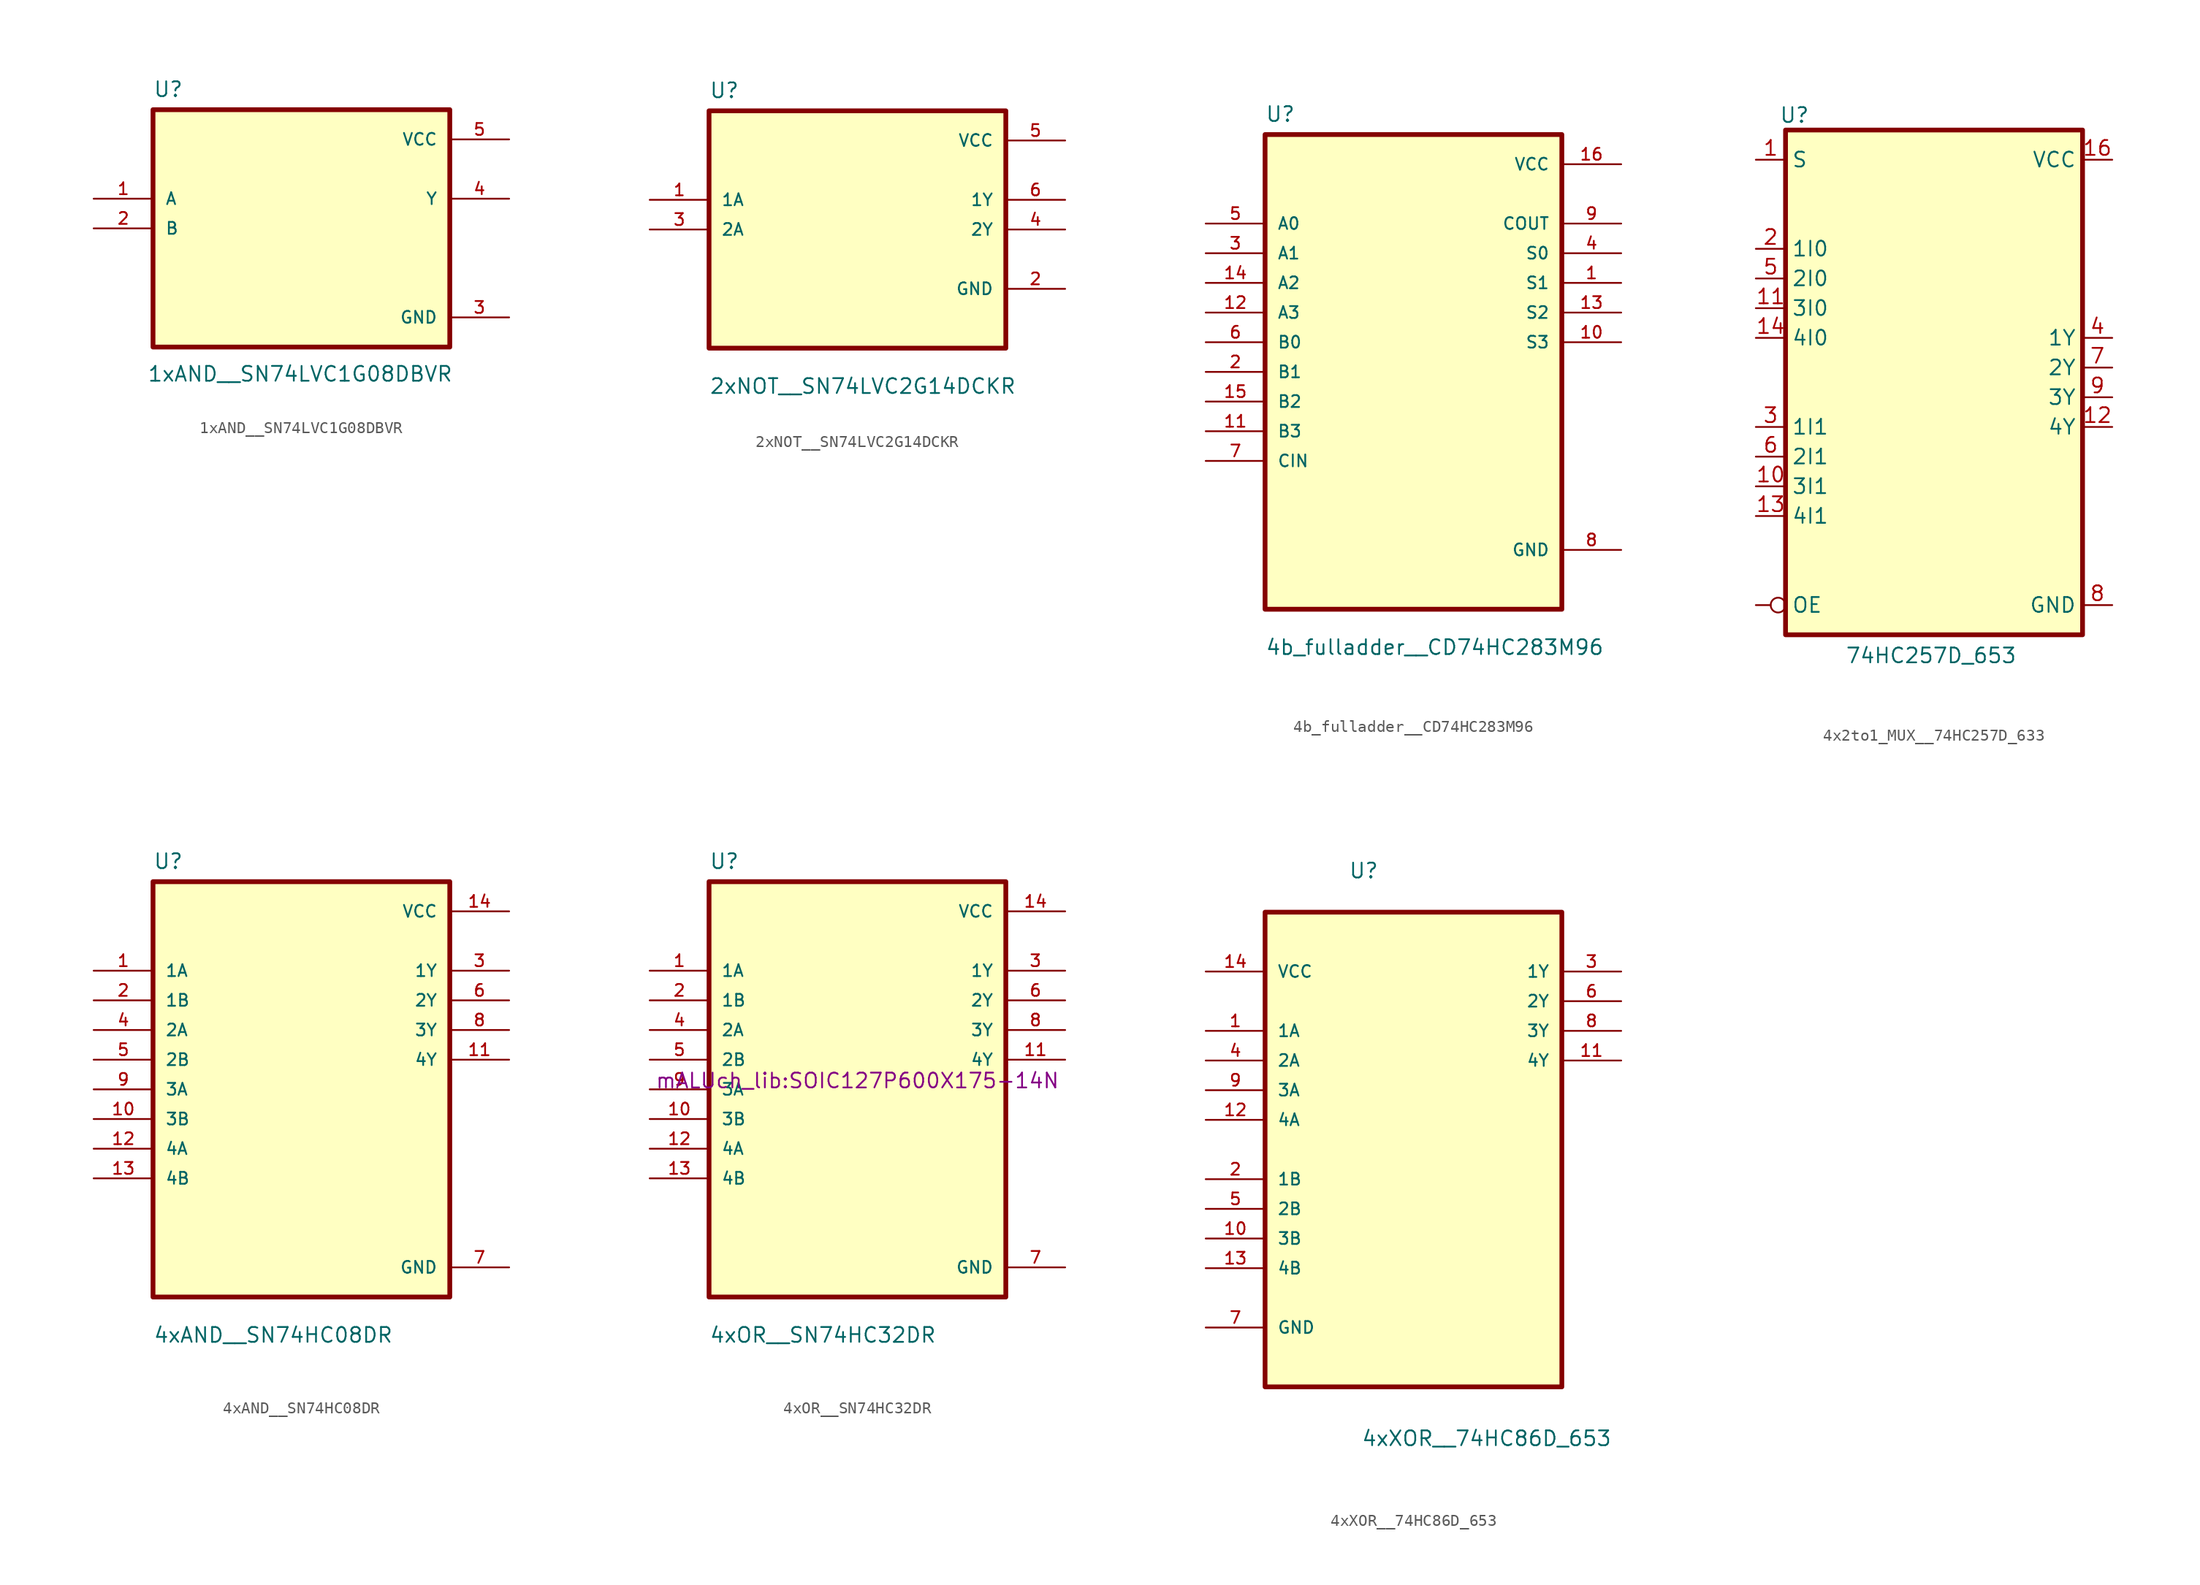
<source format=kicad_sym>
(kicad_symbol_lib
  (version 20241209)
  (generator "kicad_symbol_editor")
  (generator_version "9.0")
  (symbol "1xAND__SN74LVC1G08DBVR"
    (pin_names
      (offset 1.016))
    (property "Reference" "U"
      (at -12.7 11.16 0)
      (effects (font (size 1.27 1.27)) (justify left bottom)))
    (property "Value" "1xAND__SN74LVC1G08DBVR"
      (at -13.208 -13.208 0)
      (effects (font (size 1.27 1.27)) (justify left bottom)))
    (symbol "1xAND__SN74LVC1G08DBVR_0_0"
      (rectangle (start -12.7 -10.16) (end 12.7 10.16) (stroke (width 0.41) (type default)) (fill (type background)))
      (pin input line (at -17.78 2.54 0) (length 5.08) (name "A" (effects (font (size 1.016 1.016)))) (number "1" (effects (font (size 1.016 1.016)))))
      (pin input line (at -17.78 0 0) (length 5.08) (name "B" (effects (font (size 1.016 1.016)))) (number "2" (effects (font (size 1.016 1.016)))))
      (pin power_in line (at 17.78 7.62 180) (length 5.08) (name "VCC" (effects (font (size 1.016 1.016)))) (number "5" (effects (font (size 1.016 1.016)))))
      (pin output line (at 17.78 2.54 180) (length 5.08) (name "Y" (effects (font (size 1.016 1.016)))) (number "4" (effects (font (size 1.016 1.016)))))
      (pin power_in line (at 17.78 -7.62 180) (length 5.08) (name "GND" (effects (font (size 1.016 1.016)))) (number "3" (effects (font (size 1.016 1.016)))))))
  (symbol "2xNOT__SN74LVC2G14DCKR"
    (pin_names
      (offset 1.016))
    (property "Reference" "U"
      (at -12.7 11.16 0)
      (effects (font (size 1.27 1.27)) (justify left bottom)))
    (property "Value" "2xNOT__SN74LVC2G14DCKR"
      (at -12.7 -14.16 0)
      (effects (font (size 1.27 1.27)) (justify left bottom)))
    (symbol "2xNOT__SN74LVC2G14DCKR_0_0"
      (rectangle (start -12.7 -10.16) (end 12.7 10.16) (stroke (width 0.41) (type default)) (fill (type background)))
      (pin input line (at -17.78 2.54 0) (length 5.08) (name "1A" (effects (font (size 1.016 1.016)))) (number "1" (effects (font (size 1.016 1.016)))))
      (pin input line (at -17.78 0 0) (length 5.08) (name "2A" (effects (font (size 1.016 1.016)))) (number "3" (effects (font (size 1.016 1.016)))))
      (pin power_in line (at 17.78 7.62 180) (length 5.08) (name "VCC" (effects (font (size 1.016 1.016)))) (number "5" (effects (font (size 1.016 1.016)))))
      (pin output line (at 17.78 2.54 180) (length 5.08) (name "1Y" (effects (font (size 1.016 1.016)))) (number "6" (effects (font (size 1.016 1.016)))))
      (pin output line (at 17.78 0 180) (length 5.08) (name "2Y" (effects (font (size 1.016 1.016)))) (number "4" (effects (font (size 1.016 1.016)))))
      (pin power_in line (at 17.78 -5.08 180) (length 5.08) (name "GND" (effects (font (size 1.016 1.016)))) (number "2" (effects (font (size 1.016 1.016)))))))
  (symbol "4b_fulladder__CD74HC283M96"
    (pin_names
      (offset 1.016))
    (property "Reference" "U"
      (at -12.7 21.32 0)
      (effects (font (size 1.27 1.27)) (justify left bottom)))
    (property "Value" "4b_fulladder__CD74HC283M96"
      (at -12.7 -24.32 0)
      (effects (font (size 1.27 1.27)) (justify left bottom)))
    (symbol "4b_fulladder__CD74HC283M96_0_0"
      (rectangle (start -12.7 -20.32) (end 12.7 20.32) (stroke (width 0.41) (type default)) (fill (type background)))
      (pin input line (at -17.78 12.7 0) (length 5.08) (name "A0" (effects (font (size 1.016 1.016)))) (number "5" (effects (font (size 1.016 1.016)))))
      (pin input line (at -17.78 10.16 0) (length 5.08) (name "A1" (effects (font (size 1.016 1.016)))) (number "3" (effects (font (size 1.016 1.016)))))
      (pin input line (at -17.78 7.62 0) (length 5.08) (name "A2" (effects (font (size 1.016 1.016)))) (number "14" (effects (font (size 1.016 1.016)))))
      (pin input line (at -17.78 5.08 0) (length 5.08) (name "A3" (effects (font (size 1.016 1.016)))) (number "12" (effects (font (size 1.016 1.016)))))
      (pin input line (at -17.78 2.54 0) (length 5.08) (name "B0" (effects (font (size 1.016 1.016)))) (number "6" (effects (font (size 1.016 1.016)))))
      (pin input line (at -17.78 0 0) (length 5.08) (name "B1" (effects (font (size 1.016 1.016)))) (number "2" (effects (font (size 1.016 1.016)))))
      (pin input line (at -17.78 -2.54 0) (length 5.08) (name "B2" (effects (font (size 1.016 1.016)))) (number "15" (effects (font (size 1.016 1.016)))))
      (pin input line (at -17.78 -5.08 0) (length 5.08) (name "B3" (effects (font (size 1.016 1.016)))) (number "11" (effects (font (size 1.016 1.016)))))
      (pin input line (at -17.78 -7.62 0) (length 5.08) (name "CIN" (effects (font (size 1.016 1.016)))) (number "7" (effects (font (size 1.016 1.016)))))
      (pin power_in line (at 17.78 17.78 180) (length 5.08) (name "VCC" (effects (font (size 1.016 1.016)))) (number "16" (effects (font (size 1.016 1.016)))))
      (pin output line (at 17.78 12.7 180) (length 5.08) (name "COUT" (effects (font (size 1.016 1.016)))) (number "9" (effects (font (size 1.016 1.016)))))
      (pin output line (at 17.78 10.16 180) (length 5.08) (name "S0" (effects (font (size 1.016 1.016)))) (number "4" (effects (font (size 1.016 1.016)))))
      (pin output line (at 17.78 7.62 180) (length 5.08) (name "S1" (effects (font (size 1.016 1.016)))) (number "1" (effects (font (size 1.016 1.016)))))
      (pin output line (at 17.78 5.08 180) (length 5.08) (name "S2" (effects (font (size 1.016 1.016)))) (number "13" (effects (font (size 1.016 1.016)))))
      (pin output line (at 17.78 2.54 180) (length 5.08) (name "S3" (effects (font (size 1.016 1.016)))) (number "10" (effects (font (size 1.016 1.016)))))
      (pin power_in line (at 17.78 -15.24 180) (length 5.08) (name "GND" (effects (font (size 1.016 1.016)))) (number "8" (effects (font (size 1.016 1.016)))))))
  (symbol "4x2to1_MUX__74HC257D_633"
    (property "Reference" "U"
      (at -11.938 22.86 0)
      (effects (font (size 1.27 1.27))))
    (property "Value" "74HC257D_653"
      (at -0.254 -23.368 0)
      (effects (font (size 1.27 1.27))))
    (symbol "4x2to1_MUX__74HC257D_633_1_1"
      (rectangle (start -12.7 21.59) (end 12.7 -21.59) (stroke (width 0.406) (type solid)) (fill (type background)))
      (pin input line (at -15.24 19.05 0) (length 2.54) (name "S" (effects (font (size 1.27 1.27)))) (number "1" (effects (font (size 1.27 1.27)))))
      (pin input line (at -15.24 11.43 0) (length 2.54) (name "1I0" (effects (font (size 1.27 1.27)))) (number "2" (effects (font (size 1.27 1.27)))))
      (pin input line (at -15.24 8.89 0) (length 2.54) (name "2I0" (effects (font (size 1.27 1.27)))) (number "5" (effects (font (size 1.27 1.27)))))
      (pin input line (at -15.24 6.35 0) (length 2.54) (name "3I0" (effects (font (size 1.27 1.27)))) (number "11" (effects (font (size 1.27 1.27)))))
      (pin input line (at -15.24 3.81 0) (length 2.54) (name "4I0" (effects (font (size 1.27 1.27)))) (number "14" (effects (font (size 1.27 1.27)))))
      (pin input line (at -15.24 -3.81 0) (length 2.54) (name "1I1" (effects (font (size 1.27 1.27)))) (number "3" (effects (font (size 1.27 1.27)))))
      (pin input line (at -15.24 -6.35 0) (length 2.54) (name "2I1" (effects (font (size 1.27 1.27)))) (number "6" (effects (font (size 1.27 1.27)))))
      (pin input line (at -15.24 -8.89 0) (length 2.54) (name "3I1" (effects (font (size 1.27 1.27)))) (number "10" (effects (font (size 1.27 1.27)))))
      (pin input line (at -15.24 -11.43 0) (length 2.54) (name "4I1" (effects (font (size 1.27 1.27)))) (number "13" (effects (font (size 1.27 1.27)))))
      (pin input inverted (at -15.24 -19.05 0) (length 2.54) (name "OE" (effects (font (size 1.27 1.27)))) (number "" (effects (font (size 1.27 1.27)))))
      (pin power_in line (at 15.24 19.05 180) (length 2.54) (name "VCC" (effects (font (size 1.27 1.27)))) (number "16" (effects (font (size 1.27 1.27)))))
      (pin tri_state line (at 15.24 3.81 180) (length 2.54) (name "1Y" (effects (font (size 1.27 1.27)))) (number "4" (effects (font (size 1.27 1.27)))))
      (pin tri_state line (at 15.24 1.27 180) (length 2.54) (name "2Y" (effects (font (size 1.27 1.27)))) (number "7" (effects (font (size 1.27 1.27)))))
      (pin tri_state line (at 15.24 -1.27 180) (length 2.54) (name "3Y" (effects (font (size 1.27 1.27)))) (number "9" (effects (font (size 1.27 1.27)))))
      (pin tri_state line (at 15.24 -3.81 180) (length 2.54) (name "4Y" (effects (font (size 1.27 1.27)))) (number "12" (effects (font (size 1.27 1.27)))))
      (pin power_in line (at 15.24 -19.05 180) (length 2.54) (name "GND" (effects (font (size 1.27 1.27)))) (number "8" (effects (font (size 1.27 1.27)))))))
  (symbol "4xAND__SN74HC08DR"
    (pin_names
      (offset 1.016))
    (property "Reference" "U"
      (at -12.7 18.78 0)
      (effects (font (size 1.27 1.27)) (justify left bottom)))
    (property "Value" "4xAND__SN74HC08DR"
      (at -12.7 -21.78 0)
      (effects (font (size 1.27 1.27)) (justify left bottom)))
    (symbol "4xAND__SN74HC08DR_0_0"
      (rectangle (start -12.7 -17.78) (end 12.7 17.78) (stroke (width 0.41) (type default)) (fill (type background)))
      (pin input line (at -17.78 10.16 0) (length 5.08) (name "1A" (effects (font (size 1.016 1.016)))) (number "1" (effects (font (size 1.016 1.016)))))
      (pin input line (at -17.78 7.62 0) (length 5.08) (name "1B" (effects (font (size 1.016 1.016)))) (number "2" (effects (font (size 1.016 1.016)))))
      (pin input line (at -17.78 5.08 0) (length 5.08) (name "2A" (effects (font (size 1.016 1.016)))) (number "4" (effects (font (size 1.016 1.016)))))
      (pin input line (at -17.78 2.54 0) (length 5.08) (name "2B" (effects (font (size 1.016 1.016)))) (number "5" (effects (font (size 1.016 1.016)))))
      (pin input line (at -17.78 0 0) (length 5.08) (name "3A" (effects (font (size 1.016 1.016)))) (number "9" (effects (font (size 1.016 1.016)))))
      (pin input line (at -17.78 -2.54 0) (length 5.08) (name "3B" (effects (font (size 1.016 1.016)))) (number "10" (effects (font (size 1.016 1.016)))))
      (pin input line (at -17.78 -5.08 0) (length 5.08) (name "4A" (effects (font (size 1.016 1.016)))) (number "12" (effects (font (size 1.016 1.016)))))
      (pin input line (at -17.78 -7.62 0) (length 5.08) (name "4B" (effects (font (size 1.016 1.016)))) (number "13" (effects (font (size 1.016 1.016)))))
      (pin power_in line (at 17.78 15.24 180) (length 5.08) (name "VCC" (effects (font (size 1.016 1.016)))) (number "14" (effects (font (size 1.016 1.016)))))
      (pin output line (at 17.78 10.16 180) (length 5.08) (name "1Y" (effects (font (size 1.016 1.016)))) (number "3" (effects (font (size 1.016 1.016)))))
      (pin output line (at 17.78 7.62 180) (length 5.08) (name "2Y" (effects (font (size 1.016 1.016)))) (number "6" (effects (font (size 1.016 1.016)))))
      (pin output line (at 17.78 5.08 180) (length 5.08) (name "3Y" (effects (font (size 1.016 1.016)))) (number "8" (effects (font (size 1.016 1.016)))))
      (pin output line (at 17.78 2.54 180) (length 5.08) (name "4Y" (effects (font (size 1.016 1.016)))) (number "11" (effects (font (size 1.016 1.016)))))
      (pin power_in line (at 17.78 -15.24 180) (length 5.08) (name "GND" (effects (font (size 1.016 1.016)))) (number "7" (effects (font (size 1.016 1.016)))))))
  (symbol "4xOR__SN74HC32DR"
    (pin_names
      (offset 1.016))
    (property "Reference" "U"
      (at -12.7 18.78 0)
      (effects (font (size 1.27 1.27)) (justify left bottom)))
    (property "Value" "4xOR__SN74HC32DR"
      (at -12.7 -21.78 0)
      (effects (font (size 1.27 1.27)) (justify left bottom)))
    (property "Footprint" "mALUch_lib:SOIC127P600X175-14N"
      (at 0 0 0)
      (effects (font (size 1.27 1.27)) (justify bottom)))
    (symbol "4xOR__SN74HC32DR_0_0"
      (rectangle (start -12.7 -17.78) (end 12.7 17.78) (stroke (width 0.41) (type default)) (fill (type background)))
      (pin input line (at -17.78 10.16 0) (length 5.08) (name "1A" (effects (font (size 1.016 1.016)))) (number "1" (effects (font (size 1.016 1.016)))))
      (pin input line (at -17.78 7.62 0) (length 5.08) (name "1B" (effects (font (size 1.016 1.016)))) (number "2" (effects (font (size 1.016 1.016)))))
      (pin input line (at -17.78 5.08 0) (length 5.08) (name "2A" (effects (font (size 1.016 1.016)))) (number "4" (effects (font (size 1.016 1.016)))))
      (pin input line (at -17.78 2.54 0) (length 5.08) (name "2B" (effects (font (size 1.016 1.016)))) (number "5" (effects (font (size 1.016 1.016)))))
      (pin input line (at -17.78 0 0) (length 5.08) (name "3A" (effects (font (size 1.016 1.016)))) (number "9" (effects (font (size 1.016 1.016)))))
      (pin input line (at -17.78 -2.54 0) (length 5.08) (name "3B" (effects (font (size 1.016 1.016)))) (number "10" (effects (font (size 1.016 1.016)))))
      (pin input line (at -17.78 -5.08 0) (length 5.08) (name "4A" (effects (font (size 1.016 1.016)))) (number "12" (effects (font (size 1.016 1.016)))))
      (pin input line (at -17.78 -7.62 0) (length 5.08) (name "4B" (effects (font (size 1.016 1.016)))) (number "13" (effects (font (size 1.016 1.016)))))
      (pin power_in line (at 17.78 15.24 180) (length 5.08) (name "VCC" (effects (font (size 1.016 1.016)))) (number "14" (effects (font (size 1.016 1.016)))))
      (pin output line (at 17.78 10.16 180) (length 5.08) (name "1Y" (effects (font (size 1.016 1.016)))) (number "3" (effects (font (size 1.016 1.016)))))
      (pin output line (at 17.78 7.62 180) (length 5.08) (name "2Y" (effects (font (size 1.016 1.016)))) (number "6" (effects (font (size 1.016 1.016)))))
      (pin output line (at 17.78 5.08 180) (length 5.08) (name "3Y" (effects (font (size 1.016 1.016)))) (number "8" (effects (font (size 1.016 1.016)))))
      (pin output line (at 17.78 2.54 180) (length 5.08) (name "4Y" (effects (font (size 1.016 1.016)))) (number "11" (effects (font (size 1.016 1.016)))))
      (pin power_in line (at 17.78 -15.24 180) (length 5.08) (name "GND" (effects (font (size 1.016 1.016)))) (number "7" (effects (font (size 1.016 1.016)))))))
  (symbol "4xXOR__74HC86D_653"
    (pin_names
      (offset 1.016))
    (property "Reference" "U"
      (at -5.566 20.588 0)
      (effects (font (size 1.27 1.27)) (justify left bottom)))
    (property "Value" "4xXOR__74HC86D_653"
      (at -4.483 -28.018 0)
      (effects (font (size 1.27 1.27)) (justify left bottom)))
    (symbol "4xXOR__74HC86D_653_0_0"
      (rectangle (start -12.7 -22.86) (end 12.7 17.78) (stroke (width 0.406) (type default)) (fill (type background)))
      (pin power_in line (at -17.78 12.7 0) (length 5.08) (name "VCC" (effects (font (size 1.016 1.016)))) (number "14" (effects (font (size 1.016 1.016)))))
      (pin input line (at -17.78 7.62 0) (length 5.08) (name "1A" (effects (font (size 1.016 1.016)))) (number "1" (effects (font (size 1.016 1.016)))))
      (pin input line (at -17.78 5.08 0) (length 5.08) (name "2A" (effects (font (size 1.016 1.016)))) (number "4" (effects (font (size 1.016 1.016)))))
      (pin input line (at -17.78 2.54 0) (length 5.08) (name "3A" (effects (font (size 1.016 1.016)))) (number "9" (effects (font (size 1.016 1.016)))))
      (pin input line (at -17.78 0 0) (length 5.08) (name "4A" (effects (font (size 1.016 1.016)))) (number "12" (effects (font (size 1.016 1.016)))))
      (pin input line (at -17.78 -5.08 0) (length 5.08) (name "1B" (effects (font (size 1.016 1.016)))) (number "2" (effects (font (size 1.016 1.016)))))
      (pin input line (at -17.78 -7.62 0) (length 5.08) (name "2B" (effects (font (size 1.016 1.016)))) (number "5" (effects (font (size 1.016 1.016)))))
      (pin input line (at -17.78 -10.16 0) (length 5.08) (name "3B" (effects (font (size 1.016 1.016)))) (number "10" (effects (font (size 1.016 1.016)))))
      (pin input line (at -17.78 -12.7 0) (length 5.08) (name "4B" (effects (font (size 1.016 1.016)))) (number "13" (effects (font (size 1.016 1.016)))))
      (pin passive line (at -17.78 -17.78 0) (length 5.08) (name "GND" (effects (font (size 1.016 1.016)))) (number "7" (effects (font (size 1.016 1.016)))))
      (pin output line (at 17.78 12.7 180) (length 5.08) (name "1Y" (effects (font (size 1.016 1.016)))) (number "3" (effects (font (size 1.016 1.016)))))
      (pin output line (at 17.78 10.16 180) (length 5.08) (name "2Y" (effects (font (size 1.016 1.016)))) (number "6" (effects (font (size 1.016 1.016)))))
      (pin output line (at 17.78 7.62 180) (length 5.08) (name "3Y" (effects (font (size 1.016 1.016)))) (number "8" (effects (font (size 1.016 1.016)))))
      (pin output line (at 17.78 5.08 180) (length 5.08) (name "4Y" (effects (font (size 1.016 1.016)))) (number "11" (effects (font (size 1.016 1.016))))))))
</source>
